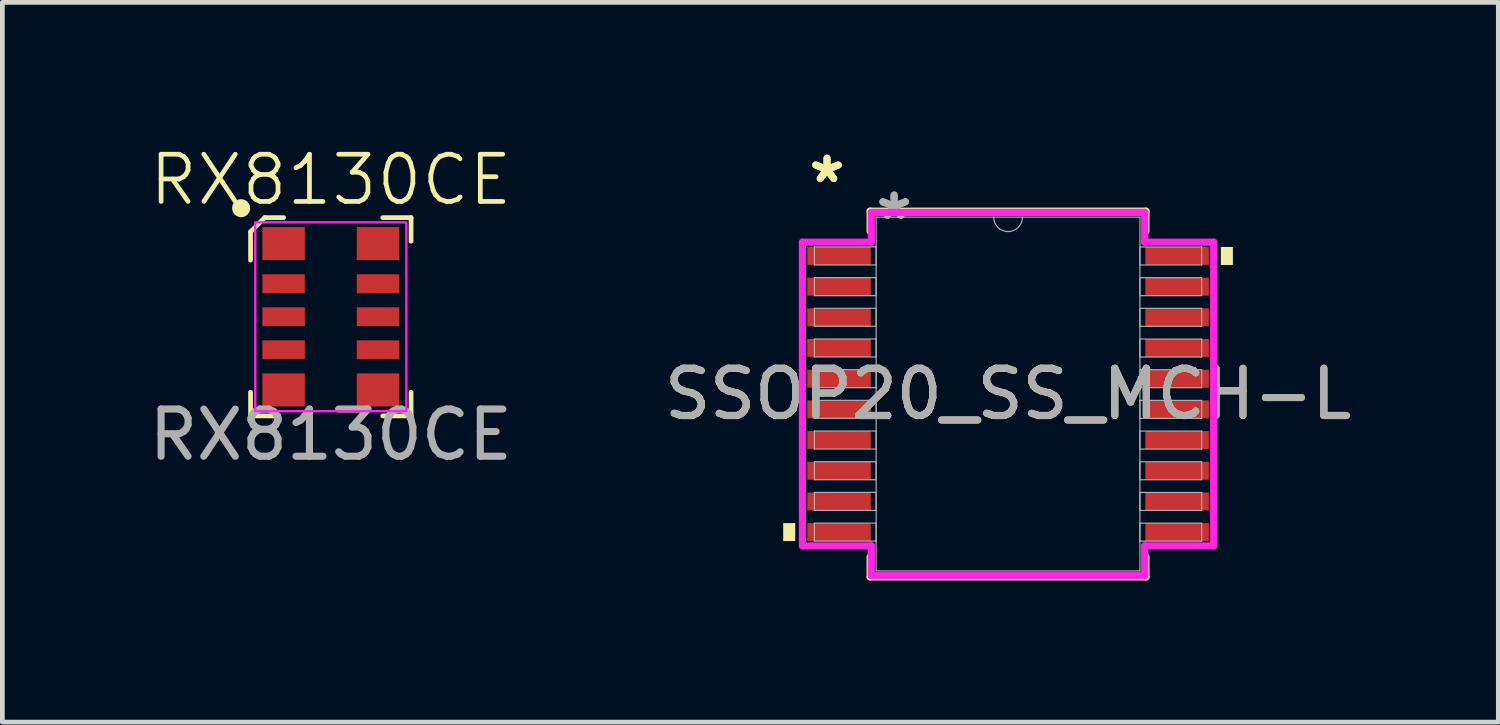
<source format=kicad_pcb>
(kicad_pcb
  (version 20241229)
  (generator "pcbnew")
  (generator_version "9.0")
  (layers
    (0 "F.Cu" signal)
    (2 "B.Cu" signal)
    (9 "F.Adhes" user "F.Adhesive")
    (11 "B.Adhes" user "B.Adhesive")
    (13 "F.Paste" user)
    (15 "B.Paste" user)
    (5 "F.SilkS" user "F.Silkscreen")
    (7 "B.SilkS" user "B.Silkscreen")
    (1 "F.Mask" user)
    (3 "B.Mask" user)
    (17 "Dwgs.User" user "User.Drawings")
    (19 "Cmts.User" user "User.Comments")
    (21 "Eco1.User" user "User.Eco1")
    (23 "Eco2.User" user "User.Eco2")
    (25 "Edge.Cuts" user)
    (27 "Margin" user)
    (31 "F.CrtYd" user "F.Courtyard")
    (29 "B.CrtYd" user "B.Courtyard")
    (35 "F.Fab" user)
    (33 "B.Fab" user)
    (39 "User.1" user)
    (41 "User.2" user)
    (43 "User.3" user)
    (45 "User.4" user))
  (footprint "SSOP20_SS_MCH-L"
    (layer "F.Cu")
    (at 18.304 5.297)
    (property "Reference" "SSOP20_SS_MCH-L" (at 0 0 0) (unlocked yes) (layer "F.SilkS") (effects (font (size 1 1) (thickness 0.15))))
    (attr smd)
    (fp_line (start -2.921 -3.873) (end -2.921 -3.448) (stroke (width 0.152) (type solid)) (layer "F.SilkS"))
    (fp_line (start -2.921 3.448) (end -2.921 3.873) (stroke (width 0.152) (type solid)) (layer "F.SilkS"))
    (fp_line (start -2.921 3.873) (end 2.921 3.873) (stroke (width 0.152) (type solid)) (layer "F.SilkS"))
    (fp_line (start 2.921 -3.873) (end -2.921 -3.873) (stroke (width 0.152) (type solid)) (layer "F.SilkS"))
    (fp_line (start 2.921 -3.448) (end 2.921 -3.873) (stroke (width 0.152) (type solid)) (layer "F.SilkS"))
    (fp_line (start 2.921 3.873) (end 2.921 3.448) (stroke (width 0.152) (type solid)) (layer "F.SilkS"))
    (fp_poly (pts (xy -4.763 2.734) (xy -4.763 3.115) (xy -4.508 3.115) (xy -4.508 2.734)) (stroke (width 0) (type solid)) (fill yes) (layer "F.SilkS"))
    (fp_poly (pts (xy 4.763 -3.115) (xy 4.763 -2.734) (xy 4.508 -2.734) (xy 4.508 -3.115)) (stroke (width 0) (type solid)) (fill yes) (layer "F.SilkS"))
    (fp_line (start -4.356 -3.217) (end -2.896 -3.217) (stroke (width 0.152) (type solid)) (layer "F.CrtYd"))
    (fp_line (start -4.356 3.217) (end -4.356 -3.217) (stroke (width 0.152) (type solid)) (layer "F.CrtYd"))
    (fp_line (start -4.356 3.217) (end -2.896 3.217) (stroke (width 0.152) (type solid)) (layer "F.CrtYd"))
    (fp_line (start -2.896 -3.848) (end 2.896 -3.848) (stroke (width 0.152) (type solid)) (layer "F.CrtYd"))
    (fp_line (start -2.896 -3.217) (end -2.896 -3.848) (stroke (width 0.152) (type solid)) (layer "F.CrtYd"))
    (fp_line (start -2.896 3.848) (end -2.896 3.217) (stroke (width 0.152) (type solid)) (layer "F.CrtYd"))
    (fp_line (start 2.896 -3.848) (end 2.896 -3.217) (stroke (width 0.152) (type solid)) (layer "F.CrtYd"))
    (fp_line (start 2.896 3.217) (end 2.896 3.848) (stroke (width 0.152) (type solid)) (layer "F.CrtYd"))
    (fp_line (start 2.896 3.848) (end -2.896 3.848) (stroke (width 0.152) (type solid)) (layer "F.CrtYd"))
    (fp_line (start 4.356 -3.217) (end 2.896 -3.217) (stroke (width 0.152) (type solid)) (layer "F.CrtYd"))
    (fp_line (start 4.356 -3.217) (end 4.356 3.217) (stroke (width 0.152) (type solid)) (layer "F.CrtYd"))
    (fp_line (start 4.356 3.217) (end 2.896 3.217) (stroke (width 0.152) (type solid)) (layer "F.CrtYd"))
    (fp_line (start -4.102 -3.116) (end -4.102 -2.735) (stroke (width 0.025) (type solid)) (layer "F.Fab"))
    (fp_line (start -4.102 -2.735) (end -2.794 -2.735) (stroke (width 0.025) (type solid)) (layer "F.Fab"))
    (fp_line (start -4.102 -2.466) (end -4.102 -2.084) (stroke (width 0.025) (type solid)) (layer "F.Fab"))
    (fp_line (start -4.102 -2.084) (end -2.794 -2.084) (stroke (width 0.025) (type solid)) (layer "F.Fab"))
    (fp_line (start -4.102 -1.816) (end -4.102 -1.435) (stroke (width 0.025) (type solid)) (layer "F.Fab"))
    (fp_line (start -4.102 -1.435) (end -2.794 -1.435) (stroke (width 0.025) (type solid)) (layer "F.Fab"))
    (fp_line (start -4.102 -1.166) (end -4.102 -0.785) (stroke (width 0.025) (type solid)) (layer "F.Fab"))
    (fp_line (start -4.102 -0.785) (end -2.794 -0.785) (stroke (width 0.025) (type solid)) (layer "F.Fab"))
    (fp_line (start -4.102 -0.516) (end -4.102 -0.135) (stroke (width 0.025) (type solid)) (layer "F.Fab"))
    (fp_line (start -4.102 -0.135) (end -2.794 -0.135) (stroke (width 0.025) (type solid)) (layer "F.Fab"))
    (fp_line (start -4.102 0.134) (end -4.102 0.515) (stroke (width 0.025) (type solid)) (layer "F.Fab"))
    (fp_line (start -4.102 0.515) (end -2.794 0.515) (stroke (width 0.025) (type solid)) (layer "F.Fab"))
    (fp_line (start -4.102 0.784) (end -4.102 1.165) (stroke (width 0.025) (type solid)) (layer "F.Fab"))
    (fp_line (start -4.102 1.165) (end -2.794 1.165) (stroke (width 0.025) (type solid)) (layer "F.Fab"))
    (fp_line (start -4.102 1.434) (end -4.102 1.815) (stroke (width 0.025) (type solid)) (layer "F.Fab"))
    (fp_line (start -4.102 1.815) (end -2.794 1.815) (stroke (width 0.025) (type solid)) (layer "F.Fab"))
    (fp_line (start -4.102 2.084) (end -4.102 2.465) (stroke (width 0.025) (type solid)) (layer "F.Fab"))
    (fp_line (start -4.102 2.465) (end -2.794 2.465) (stroke (width 0.025) (type solid)) (layer "F.Fab"))
    (fp_line (start -4.102 2.734) (end -4.102 3.115) (stroke (width 0.025) (type solid)) (layer "F.Fab"))
    (fp_line (start -4.102 3.115) (end -2.794 3.115) (stroke (width 0.025) (type solid)) (layer "F.Fab"))
    (fp_line (start -2.794 -3.747) (end -2.794 3.747) (stroke (width 0.025) (type solid)) (layer "F.Fab"))
    (fp_line (start -2.794 -3.116) (end -4.102 -3.116) (stroke (width 0.025) (type solid)) (layer "F.Fab"))
    (fp_line (start -2.794 -2.735) (end -2.794 -3.116) (stroke (width 0.025) (type solid)) (layer "F.Fab"))
    (fp_line (start -2.794 -2.466) (end -4.102 -2.466) (stroke (width 0.025) (type solid)) (layer "F.Fab"))
    (fp_line (start -2.794 -2.084) (end -2.794 -2.466) (stroke (width 0.025) (type solid)) (layer "F.Fab"))
    (fp_line (start -2.794 -1.816) (end -4.102 -1.816) (stroke (width 0.025) (type solid)) (layer "F.Fab"))
    (fp_line (start -2.794 -1.435) (end -2.794 -1.816) (stroke (width 0.025) (type solid)) (layer "F.Fab"))
    (fp_line (start -2.794 -1.166) (end -4.102 -1.166) (stroke (width 0.025) (type solid)) (layer "F.Fab"))
    (fp_line (start -2.794 -0.785) (end -2.794 -1.166) (stroke (width 0.025) (type solid)) (layer "F.Fab"))
    (fp_line (start -2.794 -0.516) (end -4.102 -0.516) (stroke (width 0.025) (type solid)) (layer "F.Fab"))
    (fp_line (start -2.794 -0.135) (end -2.794 -0.516) (stroke (width 0.025) (type solid)) (layer "F.Fab"))
    (fp_line (start -2.794 0.134) (end -4.102 0.134) (stroke (width 0.025) (type solid)) (layer "F.Fab"))
    (fp_line (start -2.794 0.515) (end -2.794 0.134) (stroke (width 0.025) (type solid)) (layer "F.Fab"))
    (fp_line (start -2.794 0.784) (end -4.102 0.784) (stroke (width 0.025) (type solid)) (layer "F.Fab"))
    (fp_line (start -2.794 1.165) (end -2.794 0.784) (stroke (width 0.025) (type solid)) (layer "F.Fab"))
    (fp_line (start -2.794 1.434) (end -4.102 1.434) (stroke (width 0.025) (type solid)) (layer "F.Fab"))
    (fp_line (start -2.794 1.815) (end -2.794 1.434) (stroke (width 0.025) (type solid)) (layer "F.Fab"))
    (fp_line (start -2.794 2.084) (end -4.102 2.084) (stroke (width 0.025) (type solid)) (layer "F.Fab"))
    (fp_line (start -2.794 2.465) (end -2.794 2.084) (stroke (width 0.025) (type solid)) (layer "F.Fab"))
    (fp_line (start -2.794 2.734) (end -4.102 2.734) (stroke (width 0.025) (type solid)) (layer "F.Fab"))
    (fp_line (start -2.794 3.115) (end -2.794 2.734) (stroke (width 0.025) (type solid)) (layer "F.Fab"))
    (fp_line (start -2.794 3.747) (end 2.794 3.747) (stroke (width 0.025) (type solid)) (layer "F.Fab"))
    (fp_line (start 2.794 -3.747) (end -2.794 -3.747) (stroke (width 0.025) (type solid)) (layer "F.Fab"))
    (fp_line (start 2.794 -3.115) (end 2.794 -2.734) (stroke (width 0.025) (type solid)) (layer "F.Fab"))
    (fp_line (start 2.794 -2.734) (end 4.102 -2.734) (stroke (width 0.025) (type solid)) (layer "F.Fab"))
    (fp_line (start 2.794 -2.465) (end 2.794 -2.084) (stroke (width 0.025) (type solid)) (layer "F.Fab"))
    (fp_line (start 2.794 -2.084) (end 4.102 -2.084) (stroke (width 0.025) (type solid)) (layer "F.Fab"))
    (fp_line (start 2.794 -1.815) (end 2.794 -1.434) (stroke (width 0.025) (type solid)) (layer "F.Fab"))
    (fp_line (start 2.794 -1.434) (end 4.102 -1.434) (stroke (width 0.025) (type solid)) (layer "F.Fab"))
    (fp_line (start 2.794 -1.165) (end 2.794 -0.784) (stroke (width 0.025) (type solid)) (layer "F.Fab"))
    (fp_line (start 2.794 -0.784) (end 4.102 -0.784) (stroke (width 0.025) (type solid)) (layer "F.Fab"))
    (fp_line (start 2.794 -0.515) (end 2.794 -0.134) (stroke (width 0.025) (type solid)) (layer "F.Fab"))
    (fp_line (start 2.794 -0.134) (end 4.102 -0.134) (stroke (width 0.025) (type solid)) (layer "F.Fab"))
    (fp_line (start 2.794 0.135) (end 2.794 0.516) (stroke (width 0.025) (type solid)) (layer "F.Fab"))
    (fp_line (start 2.794 0.516) (end 4.102 0.516) (stroke (width 0.025) (type solid)) (layer "F.Fab"))
    (fp_line (start 2.794 0.785) (end 2.794 1.166) (stroke (width 0.025) (type solid)) (layer "F.Fab"))
    (fp_line (start 2.794 1.166) (end 4.102 1.166) (stroke (width 0.025) (type solid)) (layer "F.Fab"))
    (fp_line (start 2.794 1.435) (end 2.794 1.816) (stroke (width 0.025) (type solid)) (layer "F.Fab"))
    (fp_line (start 2.794 1.816) (end 4.102 1.816) (stroke (width 0.025) (type solid)) (layer "F.Fab"))
    (fp_line (start 2.794 2.085) (end 2.794 2.466) (stroke (width 0.025) (type solid)) (layer "F.Fab"))
    (fp_line (start 2.794 2.466) (end 4.102 2.466) (stroke (width 0.025) (type solid)) (layer "F.Fab"))
    (fp_line (start 2.794 2.735) (end 2.794 3.116) (stroke (width 0.025) (type solid)) (layer "F.Fab"))
    (fp_line (start 2.794 3.116) (end 4.102 3.116) (stroke (width 0.025) (type solid)) (layer "F.Fab"))
    (fp_line (start 2.794 3.747) (end 2.794 -3.747) (stroke (width 0.025) (type solid)) (layer "F.Fab"))
    (fp_line (start 4.102 -3.115) (end 2.794 -3.115) (stroke (width 0.025) (type solid)) (layer "F.Fab"))
    (fp_line (start 4.102 -2.734) (end 4.102 -3.115) (stroke (width 0.025) (type solid)) (layer "F.Fab"))
    (fp_line (start 4.102 -2.465) (end 2.794 -2.465) (stroke (width 0.025) (type solid)) (layer "F.Fab"))
    (fp_line (start 4.102 -2.084) (end 4.102 -2.465) (stroke (width 0.025) (type solid)) (layer "F.Fab"))
    (fp_line (start 4.102 -1.815) (end 2.794 -1.815) (stroke (width 0.025) (type solid)) (layer "F.Fab"))
    (fp_line (start 4.102 -1.434) (end 4.102 -1.815) (stroke (width 0.025) (type solid)) (layer "F.Fab"))
    (fp_line (start 4.102 -1.165) (end 2.794 -1.165) (stroke (width 0.025) (type solid)) (layer "F.Fab"))
    (fp_line (start 4.102 -0.784) (end 4.102 -1.165) (stroke (width 0.025) (type solid)) (layer "F.Fab"))
    (fp_line (start 4.102 -0.515) (end 2.794 -0.515) (stroke (width 0.025) (type solid)) (layer "F.Fab"))
    (fp_line (start 4.102 -0.134) (end 4.102 -0.515) (stroke (width 0.025) (type solid)) (layer "F.Fab"))
    (fp_line (start 4.102 0.135) (end 2.794 0.135) (stroke (width 0.025) (type solid)) (layer "F.Fab"))
    (fp_line (start 4.102 0.516) (end 4.102 0.135) (stroke (width 0.025) (type solid)) (layer "F.Fab"))
    (fp_line (start 4.102 0.785) (end 2.794 0.785) (stroke (width 0.025) (type solid)) (layer "F.Fab"))
    (fp_line (start 4.102 1.166) (end 4.102 0.785) (stroke (width 0.025) (type solid)) (layer "F.Fab"))
    (fp_line (start 4.102 1.435) (end 2.794 1.435) (stroke (width 0.025) (type solid)) (layer "F.Fab"))
    (fp_line (start 4.102 1.816) (end 4.102 1.435) (stroke (width 0.025) (type solid)) (layer "F.Fab"))
    (fp_line (start 4.102 2.085) (end 2.794 2.085) (stroke (width 0.025) (type solid)) (layer "F.Fab"))
    (fp_line (start 4.102 2.466) (end 4.102 2.085) (stroke (width 0.025) (type solid)) (layer "F.Fab"))
    (fp_line (start 4.102 2.735) (end 2.794 2.735) (stroke (width 0.025) (type solid)) (layer "F.Fab"))
    (fp_line (start 4.102 3.116) (end 4.102 2.735) (stroke (width 0.025) (type solid)) (layer "F.Fab"))
    (fp_arc (start 0.3048 -3.7465) (mid 0 -3.4417) (end -0.3048 -3.7465) (stroke (width 0.0254) (type solid)) (layer "F.Fab"))
    (fp_text user "*" (at -3.835 -4.449 0) (unlocked yes) (layer "F.SilkS") (effects (font (size 1 1) (thickness 0.15))))
    (fp_text user "*" (at -3.835 -4.449 0) (layer "F.SilkS") (effects (font (size 1 1) (thickness 0.15))))
    (fp_text user "*" (at -2.413 -3.67 0) (unlocked yes) (layer "F.Fab") (effects (font (size 1 1) (thickness 0.15))))
    (fp_text user "${REFERENCE}" (at 0 0 0) (unlocked yes) (layer "F.Fab") (effects (font (size 1 1) (thickness 0.15))))
    (fp_text user "*" (at -2.413 -3.67 0) (layer "F.Fab") (effects (font (size 1 1) (thickness 0.15))))
    (pad "1" smd rect (at -3.581 -2.925) (size 1.346 0.381) (layers "F.Cu" "F.Mask" "F.Paste"))
    (pad "2" smd rect (at -3.581 -2.275) (size 1.346 0.381) (layers "F.Cu" "F.Mask" "F.Paste"))
    (pad "3" smd rect (at -3.581 -1.625) (size 1.346 0.381) (layers "F.Cu" "F.Mask" "F.Paste"))
    (pad "4" smd rect (at -3.581 -0.975) (size 1.346 0.381) (layers "F.Cu" "F.Mask" "F.Paste"))
    (pad "5" smd rect (at -3.581 -0.325) (size 1.346 0.381) (layers "F.Cu" "F.Mask" "F.Paste"))
    (pad "6" smd rect (at -3.581 0.325) (size 1.346 0.381) (layers "F.Cu" "F.Mask" "F.Paste"))
    (pad "7" smd rect (at -3.581 0.975) (size 1.346 0.381) (layers "F.Cu" "F.Mask" "F.Paste"))
    (pad "8" smd rect (at -3.581 1.625) (size 1.346 0.381) (layers "F.Cu" "F.Mask" "F.Paste"))
    (pad "9" smd rect (at -3.581 2.275) (size 1.346 0.381) (layers "F.Cu" "F.Mask" "F.Paste"))
    (pad "10" smd rect (at -3.581 2.925) (size 1.346 0.381) (layers "F.Cu" "F.Mask" "F.Paste"))
    (pad "11" smd rect (at 3.581 2.925) (size 1.346 0.381) (layers "F.Cu" "F.Mask" "F.Paste"))
    (pad "12" smd rect (at 3.581 2.275) (size 1.346 0.381) (layers "F.Cu" "F.Mask" "F.Paste"))
    (pad "13" smd rect (at 3.581 1.625) (size 1.346 0.381) (layers "F.Cu" "F.Mask" "F.Paste"))
    (pad "14" smd rect (at 3.581 0.975) (size 1.346 0.381) (layers "F.Cu" "F.Mask" "F.Paste"))
    (pad "15" smd rect (at 3.581 0.325) (size 1.346 0.381) (layers "F.Cu" "F.Mask" "F.Paste"))
    (pad "16" smd rect (at 3.581 -0.325) (size 1.346 0.381) (layers "F.Cu" "F.Mask" "F.Paste"))
    (pad "17" smd rect (at 3.581 -0.975) (size 1.346 0.381) (layers "F.Cu" "F.Mask" "F.Paste"))
    (pad "18" smd rect (at 3.581 -1.625) (size 1.346 0.381) (layers "F.Cu" "F.Mask" "F.Paste"))
    (pad "19" smd rect (at 3.581 -2.275) (size 1.346 0.381) (layers "F.Cu" "F.Mask" "F.Paste"))
    (pad "20" smd rect (at 3.581 -2.925) (size 1.346 0.381) (layers "F.Cu" "F.Mask" "F.Paste")))
  (footprint "RX8130CE"
    (layer "F.Cu")
    (at 3.958 3.66)
    (property "Reference" "RX8130CE" (at 0 -2.9 0) (unlocked yes) (layer "F.SilkS") (effects (font (size 1 1) (thickness 0.1))))
    (attr smd)
    (fp_line (start -1.7 -1.8) (end -1.4 -2.1) (stroke (width 0.1) (type default)) (layer "F.SilkS"))
    (fp_line (start -1.7 -1.2) (end -1.7 -1.8) (stroke (width 0.1) (type default)) (layer "F.SilkS"))
    (fp_line (start -1.7 2.1) (end -1.7 1.6) (stroke (width 0.1) (type default)) (layer "F.SilkS"))
    (fp_line (start -1.4 -2.1) (end -1 -2.1) (stroke (width 0.1) (type default)) (layer "F.SilkS"))
    (fp_line (start -1.1 2.1) (end -1.7 2.1) (stroke (width 0.1) (type default)) (layer "F.SilkS"))
    (fp_line (start 1.1 -2.1) (end 1.7 -2.1) (stroke (width 0.1) (type default)) (layer "F.SilkS"))
    (fp_line (start 1.1 2.1) (end 1.7 2.1) (stroke (width 0.1) (type default)) (layer "F.SilkS"))
    (fp_line (start 1.7 -2.1) (end 1.7 -1.6) (stroke (width 0.1) (type default)) (layer "F.SilkS"))
    (fp_line (start 1.7 2.1) (end 1.7 1.6) (stroke (width 0.1) (type default)) (layer "F.SilkS"))
    (fp_circle (center -1.9 -2.3) (end -1.759 -2.3) (stroke (width 0.1) (type solid)) (fill yes) (layer "F.SilkS"))
    (fp_rect (start -1.6 2) (end 1.6 -2) (stroke (width 0.05) (type default)) (fill no) (layer "F.CrtYd"))
    (fp_text user "${REFERENCE}" (at 0 2.5 0) (unlocked yes) (layer "F.Fab") (effects (font (size 1 1) (thickness 0.15))))
    (pad "1" smd rect (at -1 -1.55 180) (size 0.9 0.7) (layers "F.Cu" "F.Mask" "F.Paste"))
    (pad "2" smd rect (at -1 -0.7 180) (size 0.9 0.4) (layers "F.Cu" "F.Mask" "F.Paste"))
    (pad "3" smd rect (at -1 0 180) (size 0.9 0.4) (layers "F.Cu" "F.Mask" "F.Paste"))
    (pad "4" smd rect (at -1 0.7 180) (size 0.9 0.4) (layers "F.Cu" "F.Mask" "F.Paste"))
    (pad "5" smd rect (at -1 1.55 180) (size 0.9 0.7) (layers "F.Cu" "F.Mask" "F.Paste"))
    (pad "6" smd rect (at 1 1.55 180) (size 0.9 0.7) (layers "F.Cu" "F.Mask" "F.Paste"))
    (pad "7" smd rect (at 1 0.7 180) (size 0.9 0.4) (layers "F.Cu" "F.Mask" "F.Paste"))
    (pad "8" smd rect (at 1 0 180) (size 0.9 0.4) (layers "F.Cu" "F.Mask" "F.Paste"))
    (pad "9" smd rect (at 1 -0.7 180) (size 0.9 0.4) (layers "F.Cu" "F.Mask" "F.Paste"))
    (pad "10" smd rect (at 1 -1.55 180) (size 0.9 0.7) (layers "F.Cu" "F.Mask" "F.Paste")))
  (gr_rect
    (start -3 -3)
    (end 28.69 12.247)
    (stroke (width 0.1) (type default))
    (fill no)
    (layer "Edge.Cuts")))
</source>
